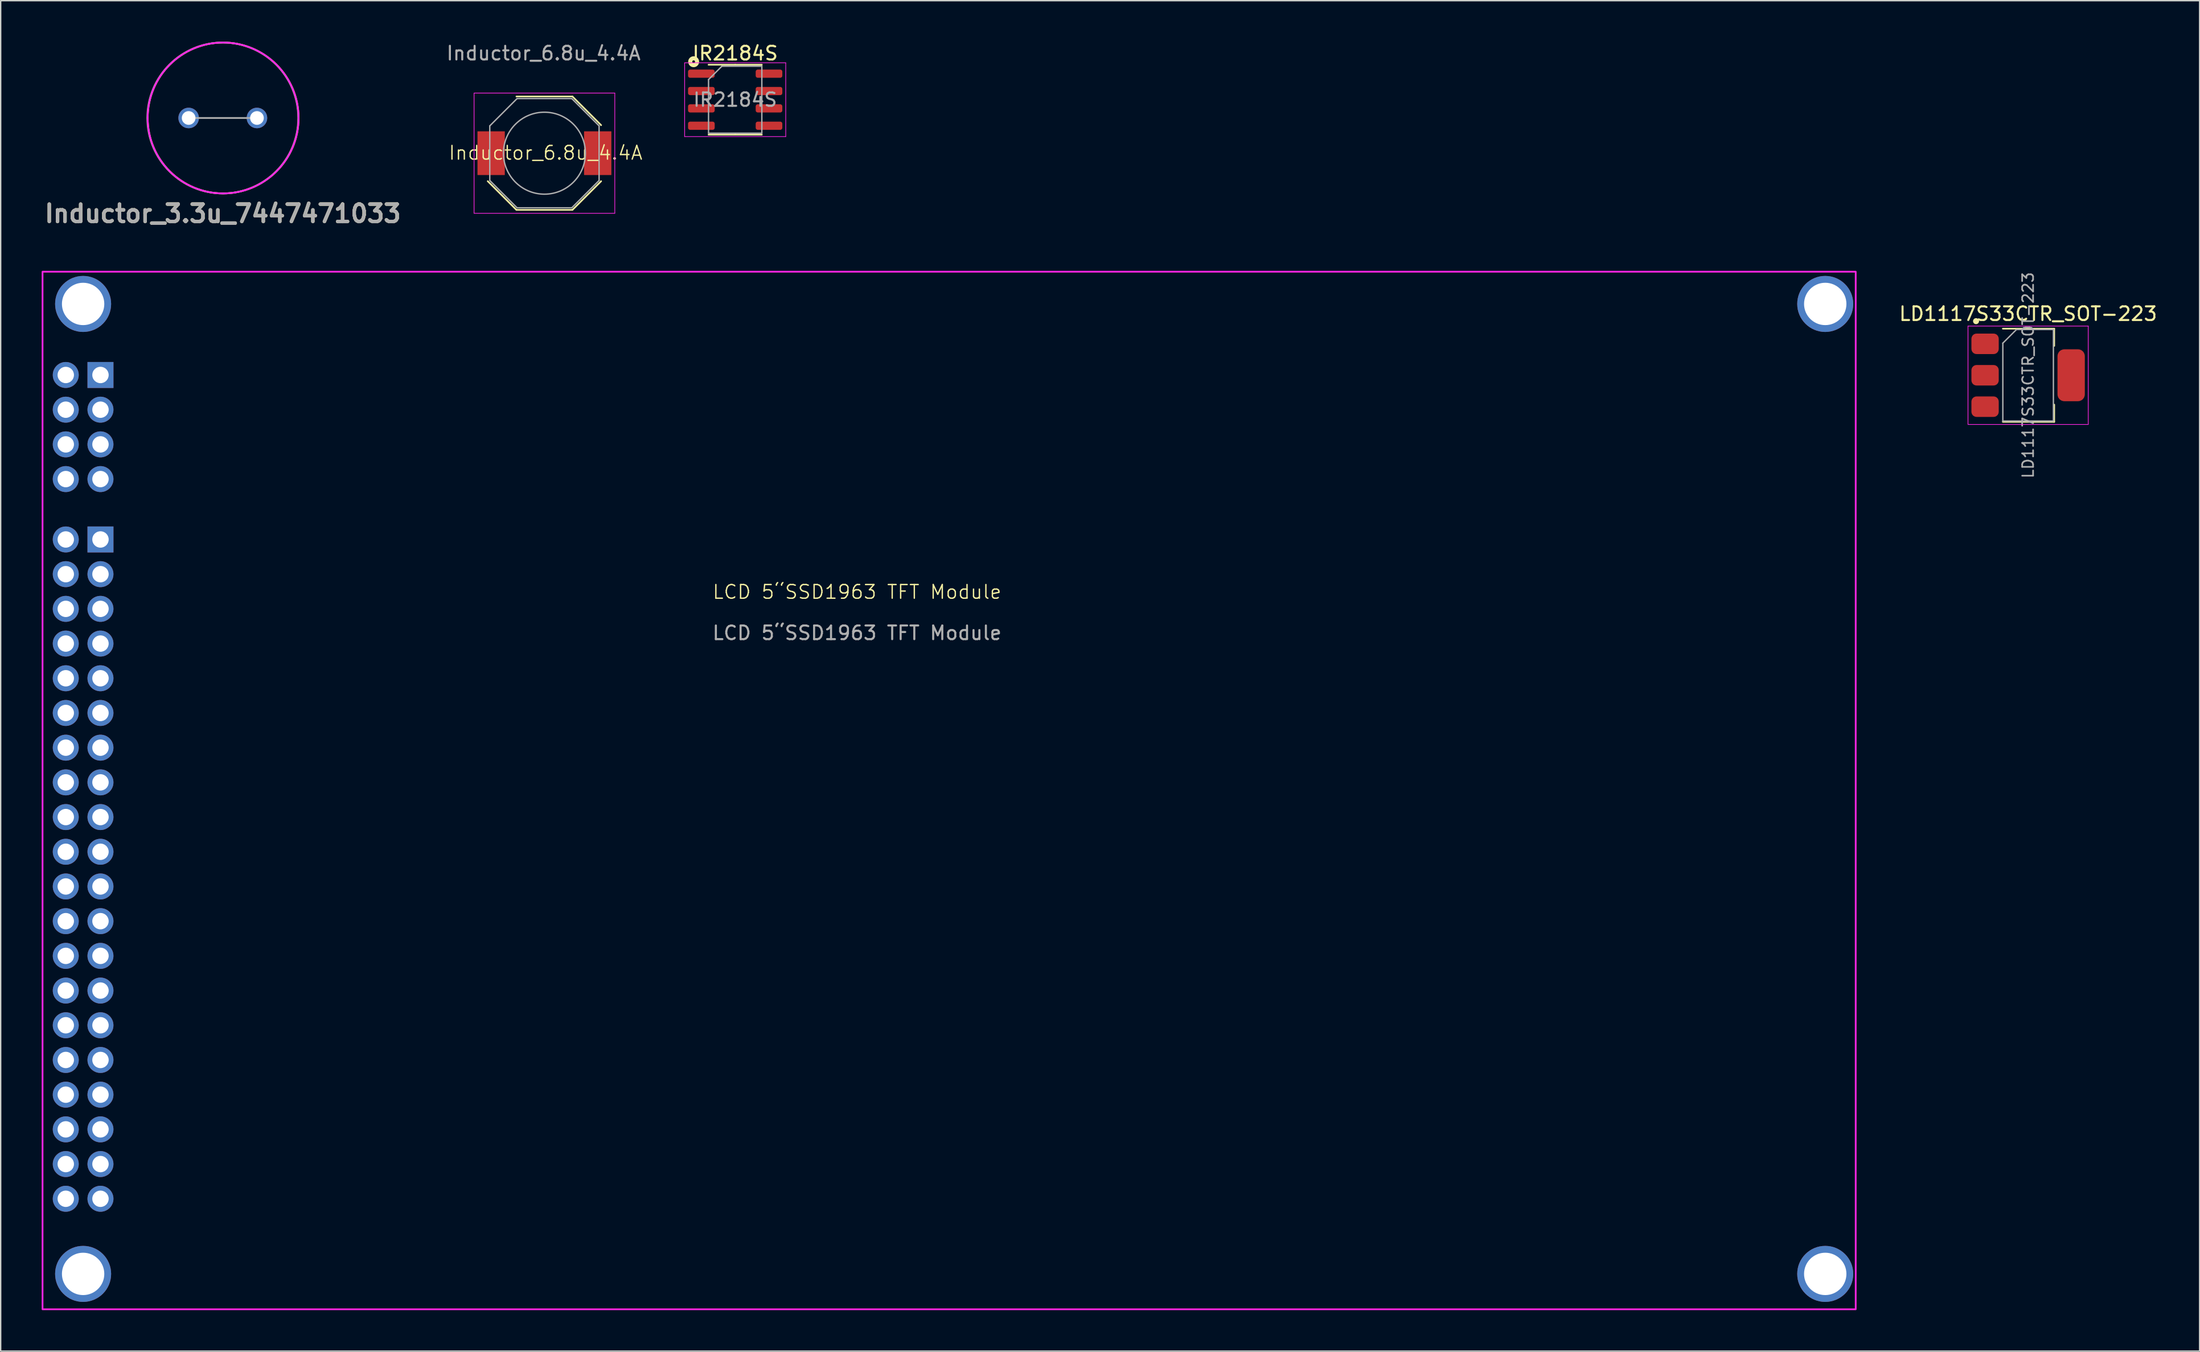
<source format=kicad_pcb>
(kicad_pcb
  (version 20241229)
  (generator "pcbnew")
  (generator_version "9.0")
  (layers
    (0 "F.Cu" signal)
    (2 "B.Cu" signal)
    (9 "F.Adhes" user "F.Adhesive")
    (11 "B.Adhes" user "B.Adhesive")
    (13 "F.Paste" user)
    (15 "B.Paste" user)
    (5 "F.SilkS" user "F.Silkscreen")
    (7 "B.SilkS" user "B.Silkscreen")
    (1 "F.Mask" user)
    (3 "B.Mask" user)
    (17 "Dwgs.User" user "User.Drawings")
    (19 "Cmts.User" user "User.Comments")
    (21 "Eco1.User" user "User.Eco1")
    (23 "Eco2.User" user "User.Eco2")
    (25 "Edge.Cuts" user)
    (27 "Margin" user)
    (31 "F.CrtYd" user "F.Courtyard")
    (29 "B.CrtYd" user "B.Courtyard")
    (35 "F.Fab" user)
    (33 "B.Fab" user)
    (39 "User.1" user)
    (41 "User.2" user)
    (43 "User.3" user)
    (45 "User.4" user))
  (footprint "Inductor_6.8u_4.4A"
    (layer "F.Cu")
    (at 36.809 8.163)
    (property "Reference" "Inductor_6.8u_4.4A" (at 0.076 -0.025 0) (unlocked yes) (layer "F.SilkS") (effects (font (size 1 1) (thickness 0.1))))
    (attr smd)
    (fp_line (start -2.064 -4.15) (end 2.036 -4.15) (stroke (width 0.12) (type solid)) (layer "F.SilkS"))
    (fp_line (start -2.064 4.15) (end -4.164 2.05) (stroke (width 0.12) (type solid)) (layer "F.SilkS"))
    (fp_line (start 2.036 -4.15) (end 4.136 -2.05) (stroke (width 0.12) (type solid)) (layer "F.SilkS"))
    (fp_line (start 2.036 4.15) (end -2.064 4.15) (stroke (width 0.12) (type solid)) (layer "F.SilkS"))
    (fp_line (start 2.036 4.15) (end 4.136 2.05) (stroke (width 0.12) (type solid)) (layer "F.SilkS"))
    (fp_line (start -5.164 -4.4) (end 5.136 -4.4) (stroke (width 0.05) (type solid)) (layer "F.CrtYd"))
    (fp_line (start -5.164 4.4) (end -5.164 -4.4) (stroke (width 0.05) (type solid)) (layer "F.CrtYd"))
    (fp_line (start 5.136 -4.4) (end 5.136 4.4) (stroke (width 0.05) (type solid)) (layer "F.CrtYd"))
    (fp_line (start 5.136 4.4) (end -5.164 4.4) (stroke (width 0.05) (type solid)) (layer "F.CrtYd"))
    (fp_line (start -4.014 -2) (end -2.014 -4) (stroke (width 0.1) (type solid)) (layer "F.Fab"))
    (fp_line (start -4.014 2) (end -4.014 -2) (stroke (width 0.1) (type solid)) (layer "F.Fab"))
    (fp_line (start -2.014 -4) (end 1.986 -4) (stroke (width 0.1) (type solid)) (layer "F.Fab"))
    (fp_line (start -2.014 4) (end -4.014 2) (stroke (width 0.1) (type solid)) (layer "F.Fab"))
    (fp_line (start 1.986 -4) (end 3.986 -2) (stroke (width 0.1) (type solid)) (layer "F.Fab"))
    (fp_line (start 1.986 4) (end -2.014 4) (stroke (width 0.1) (type solid)) (layer "F.Fab"))
    (fp_line (start 3.986 -2) (end 3.986 2) (stroke (width 0.1) (type solid)) (layer "F.Fab"))
    (fp_line (start 3.986 2) (end 1.986 4) (stroke (width 0.1) (type solid)) (layer "F.Fab"))
    (fp_circle (center -0.014 0) (end -0.014 -3) (stroke (width 0.1) (type solid)) (fill no) (layer "F.Fab"))
    (fp_text user "${REFERENCE}" (at -0.076 -7.315 0) (unlocked yes) (layer "F.Fab") (effects (font (size 1 1) (thickness 0.15))))
    (pad "1" smd rect (at -3.914 0) (size 2 3.2) (layers "F.Cu" "F.Mask" "F.Paste"))
    (pad "2" smd rect (at 3.886 0) (size 2 3.2) (layers "F.Cu" "F.Mask" "F.Paste")))
  (footprint "LD1117S33CTR_SOT-223"
    (layer "F.Cu")
    (at 145.381 24.418)
    (property "Reference" "LD1117S33CTR_SOT-223" (at 0 -4.5 0) (layer "F.SilkS") (effects (font (size 1 1) (thickness 0.15))))
    (attr smd)
    (fp_line (start -3.9 -4.06) (end -3.9 -3.86) (stroke (width 0.1) (type default)) (layer "F.SilkS"))
    (fp_line (start -3.9 -3.86) (end -3.805 -4.06) (stroke (width 0.1) (type default)) (layer "F.SilkS"))
    (fp_line (start -3.9 -3.86) (end -3.71 -3.88) (stroke (width 0.1) (type default)) (layer "F.SilkS"))
    (fp_line (start -3.805 -3.87) (end -3.805 -4.06) (stroke (width 0.1) (type default)) (layer "F.SilkS"))
    (fp_line (start -3.71 -4.06) (end -3.9 -4.06) (stroke (width 0.1) (type default)) (layer "F.SilkS"))
    (fp_line (start -3.71 -3.88) (end -3.71 -4.06) (stroke (width 0.1) (type default)) (layer "F.SilkS"))
    (fp_line (start -1.85 -3.41) (end 1.91 -3.41) (stroke (width 0.12) (type solid)) (layer "F.SilkS"))
    (fp_line (start -1.85 3.41) (end 1.91 3.41) (stroke (width 0.12) (type solid)) (layer "F.SilkS"))
    (fp_line (start 1.91 -3.41) (end 1.91 -2.15) (stroke (width 0.12) (type solid)) (layer "F.SilkS"))
    (fp_line (start 1.91 3.41) (end 1.91 2.15) (stroke (width 0.12) (type solid)) (layer "F.SilkS"))
    (fp_circle (center -3.81 -3.96) (end -3.64 -3.96) (stroke (width 0.1) (type default)) (fill no) (layer "F.SilkS"))
    (fp_line (start -4.4 -3.6) (end -4.4 3.6) (stroke (width 0.05) (type solid)) (layer "F.CrtYd"))
    (fp_line (start -4.4 3.6) (end 4.4 3.6) (stroke (width 0.05) (type solid)) (layer "F.CrtYd"))
    (fp_line (start 4.4 -3.6) (end -4.4 -3.6) (stroke (width 0.05) (type solid)) (layer "F.CrtYd"))
    (fp_line (start 4.4 3.6) (end 4.4 -3.6) (stroke (width 0.05) (type solid)) (layer "F.CrtYd"))
    (fp_line (start -1.85 -2.35) (end -1.85 3.35) (stroke (width 0.1) (type solid)) (layer "F.Fab"))
    (fp_line (start -1.85 -2.35) (end -0.85 -3.35) (stroke (width 0.1) (type solid)) (layer "F.Fab"))
    (fp_line (start -1.85 3.35) (end 1.85 3.35) (stroke (width 0.1) (type solid)) (layer "F.Fab"))
    (fp_line (start -0.85 -3.35) (end 1.85 -3.35) (stroke (width 0.1) (type solid)) (layer "F.Fab"))
    (fp_line (start 1.85 -3.35) (end 1.85 3.35) (stroke (width 0.1) (type solid)) (layer "F.Fab"))
    (fp_text user "${REFERENCE}" (at 0 0 90) (layer "F.Fab") (effects (font (size 0.8 0.8) (thickness 0.12))))
    (pad "1" smd roundrect (at -3.15 -2.3) (size 2 1.5) (layers "F.Cu" "F.Mask" "F.Paste") (roundrect_rratio 0.25))
    (pad "2" smd roundrect (at -3.15 0) (size 2 1.5) (layers "F.Cu" "F.Mask" "F.Paste") (roundrect_rratio 0.25))
    (pad "2" smd roundrect (at 3.15 0) (size 2 3.8) (layers "F.Cu" "F.Mask" "F.Paste") (roundrect_rratio 0.25))
    (pad "3" smd roundrect (at -3.15 2.3) (size 2 1.5) (layers "F.Cu" "F.Mask" "F.Paste") (roundrect_rratio 0.25)))
  (footprint "LCD 5“SSD1963 TFT Module"
    (layer "F.Cu")
    (at 59.675 43.328)
    (property "Reference" "LCD 5“SSD1963 TFT Module" (at 0 -3.048 0) (unlocked yes) (layer "F.SilkS") (effects (font (size 1 1) (thickness 0.1))))
    (attr through_hole)
    (fp_rect (start -59.612 -26.49) (end 73.088 49.46) (stroke (width 0.127) (type default)) (fill no) (layer "F.CrtYd"))
    (fp_text user "${REFERENCE}" (at 0 -0.048 0) (unlocked yes) (layer "F.Fab") (effects (font (size 1 1) (thickness 0.15))))
    (pad "" thru_hole circle (at -56.642 -24.13 180) (size 4.1 4.1) (drill 3.1) (layers "*.Cu" "*.Mask"))
    (pad "" thru_hole circle (at -56.642 46.87 180) (size 4.1 4.1) (drill 3.1) (layers "*.Cu" "*.Mask"))
    (pad "" thru_hole circle (at 70.858 -24.13 180) (size 4.1 4.1) (drill 3.1) (layers "*.Cu" "*.Mask"))
    (pad "" thru_hole circle (at 70.858 46.87 180) (size 4.1 4.1) (drill 3.1) (layers "*.Cu" "*.Mask"))
    (pad "1" thru_hole rect (at -55.372 -6.89 180) (size 1.9 1.9) (drill 1.2) (layers "*.Cu" "*.Mask"))
    (pad "1_1" thru_hole rect (at -55.372 -18.93 180) (size 1.9 1.9) (drill 1.2) (layers "*.Cu" "*.Mask"))
    (pad "2" thru_hole circle (at -57.912 -6.89 180) (size 1.9 1.9) (drill 1.2) (layers "*.Cu" "*.Mask"))
    (pad "2_1" thru_hole circle (at -57.912 -18.93 180) (size 1.9 1.9) (drill 1.2) (layers "*.Cu" "*.Mask"))
    (pad "3" thru_hole circle (at -55.372 -4.35 180) (size 1.9 1.9) (drill 1.2) (layers "*.Cu" "*.Mask"))
    (pad "3_1" thru_hole circle (at -55.372 -16.39 180) (size 1.9 1.9) (drill 1.2) (layers "*.Cu" "*.Mask"))
    (pad "4" thru_hole circle (at -57.912 -4.35 180) (size 1.9 1.9) (drill 1.2) (layers "*.Cu" "*.Mask"))
    (pad "4_1" thru_hole circle (at -57.912 -16.39 180) (size 1.9 1.9) (drill 1.2) (layers "*.Cu" "*.Mask"))
    (pad "5" thru_hole circle (at -55.372 -1.81 180) (size 1.9 1.9) (drill 1.2) (layers "*.Cu" "*.Mask"))
    (pad "5_1" thru_hole circle (at -55.372 -13.85 180) (size 1.9 1.9) (drill 1.2) (layers "*.Cu" "*.Mask"))
    (pad "6" thru_hole circle (at -57.912 -1.81 180) (size 1.9 1.9) (drill 1.2) (layers "*.Cu" "*.Mask"))
    (pad "6_1" thru_hole circle (at -57.912 -13.85 180) (size 1.9 1.9) (drill 1.2) (layers "*.Cu" "*.Mask"))
    (pad "7" thru_hole circle (at -55.372 0.73 180) (size 1.9 1.9) (drill 1.2) (layers "*.Cu" "*.Mask"))
    (pad "7_1" thru_hole circle (at -55.372 -11.31 180) (size 1.9 1.9) (drill 1.2) (layers "*.Cu" "*.Mask"))
    (pad "8" thru_hole circle (at -57.912 0.73 180) (size 1.9 1.9) (drill 1.2) (layers "*.Cu" "*.Mask"))
    (pad "8_1" thru_hole circle (at -57.912 -11.31 180) (size 1.9 1.9) (drill 1.2) (layers "*.Cu" "*.Mask"))
    (pad "9" thru_hole circle (at -55.372 3.27 180) (size 1.9 1.9) (drill 1.2) (layers "*.Cu" "*.Mask"))
    (pad "10" thru_hole circle (at -57.912 3.27 180) (size 1.9 1.9) (drill 1.2) (layers "*.Cu" "*.Mask"))
    (pad "11" thru_hole circle (at -55.372 5.81 180) (size 1.9 1.9) (drill 1.2) (layers "*.Cu" "*.Mask"))
    (pad "12" thru_hole circle (at -57.912 5.81 180) (size 1.9 1.9) (drill 1.2) (layers "*.Cu" "*.Mask"))
    (pad "13" thru_hole circle (at -55.372 8.35 180) (size 1.9 1.9) (drill 1.2) (layers "*.Cu" "*.Mask"))
    (pad "14" thru_hole circle (at -57.912 8.35 180) (size 1.9 1.9) (drill 1.2) (layers "*.Cu" "*.Mask"))
    (pad "15" thru_hole circle (at -55.372 10.89 180) (size 1.9 1.9) (drill 1.2) (layers "*.Cu" "*.Mask"))
    (pad "16" thru_hole circle (at -57.912 10.89 180) (size 1.9 1.9) (drill 1.2) (layers "*.Cu" "*.Mask"))
    (pad "17" thru_hole circle (at -55.372 13.43 180) (size 1.9 1.9) (drill 1.2) (layers "*.Cu" "*.Mask"))
    (pad "18" thru_hole circle (at -57.912 13.43 180) (size 1.9 1.9) (drill 1.2) (layers "*.Cu" "*.Mask"))
    (pad "19" thru_hole circle (at -55.372 15.97 180) (size 1.9 1.9) (drill 1.2) (layers "*.Cu" "*.Mask"))
    (pad "20" thru_hole circle (at -57.912 15.97 180) (size 1.9 1.9) (drill 1.2) (layers "*.Cu" "*.Mask"))
    (pad "21" thru_hole circle (at -55.372 18.51 180) (size 1.9 1.9) (drill 1.2) (layers "*.Cu" "*.Mask"))
    (pad "22" thru_hole circle (at -57.912 18.51 180) (size 1.9 1.9) (drill 1.2) (layers "*.Cu" "*.Mask"))
    (pad "23" thru_hole circle (at -55.372 21.05 180) (size 1.9 1.9) (drill 1.2) (layers "*.Cu" "*.Mask"))
    (pad "24" thru_hole circle (at -57.912 21.05 180) (size 1.9 1.9) (drill 1.2) (layers "*.Cu" "*.Mask"))
    (pad "25" thru_hole circle (at -55.372 23.59 180) (size 1.9 1.9) (drill 1.2) (layers "*.Cu" "*.Mask"))
    (pad "26" thru_hole circle (at -57.912 23.59 180) (size 1.9 1.9) (drill 1.2) (layers "*.Cu" "*.Mask"))
    (pad "27" thru_hole circle (at -55.372 26.13 180) (size 1.9 1.9) (drill 1.2) (layers "*.Cu" "*.Mask"))
    (pad "28" thru_hole circle (at -57.912 26.13 180) (size 1.9 1.9) (drill 1.2) (layers "*.Cu" "*.Mask"))
    (pad "29" thru_hole circle (at -55.372 28.67 180) (size 1.9 1.9) (drill 1.2) (layers "*.Cu" "*.Mask"))
    (pad "30" thru_hole circle (at -57.912 28.67 180) (size 1.9 1.9) (drill 1.2) (layers "*.Cu" "*.Mask"))
    (pad "31" thru_hole circle (at -55.372 31.21 180) (size 1.9 1.9) (drill 1.2) (layers "*.Cu" "*.Mask"))
    (pad "32" thru_hole circle (at -57.912 31.21 180) (size 1.9 1.9) (drill 1.2) (layers "*.Cu" "*.Mask"))
    (pad "33" thru_hole circle (at -55.372 33.75 180) (size 1.9 1.9) (drill 1.2) (layers "*.Cu" "*.Mask"))
    (pad "34" thru_hole circle (at -57.912 33.75 180) (size 1.9 1.9) (drill 1.2) (layers "*.Cu" "*.Mask"))
    (pad "35" thru_hole circle (at -55.372 36.29 180) (size 1.9 1.9) (drill 1.2) (layers "*.Cu" "*.Mask"))
    (pad "36" thru_hole circle (at -57.912 36.29 180) (size 1.9 1.9) (drill 1.2) (layers "*.Cu" "*.Mask"))
    (pad "37" thru_hole circle (at -55.372 38.83 180) (size 1.9 1.9) (drill 1.2) (layers "*.Cu" "*.Mask"))
    (pad "38" thru_hole circle (at -57.912 38.83 180) (size 1.9 1.9) (drill 1.2) (layers "*.Cu" "*.Mask"))
    (pad "39" thru_hole circle (at -55.372 41.37 180) (size 1.9 1.9) (drill 1.2) (layers "*.Cu" "*.Mask"))
    (pad "40" thru_hole circle (at -57.912 41.37 180) (size 1.9 1.9) (drill 1.2) (layers "*.Cu" "*.Mask")))
  (footprint "Inductor_3.3u_7447471033"
    (layer "F.Cu")
    (at 13.256 5.586)
    (property "Reference" "Inductor_3.3u_7447471033" (at 0 7 0) (layer "F.SilkS") (effects (font (size 1.27 1.27) (thickness 0.254))))
    (attr through_hole)
    (fp_circle (center 0.023 0) (end 5.545 0) (stroke (width 0.127) (type solid)) (fill no) (layer "F.SilkS"))
    (fp_circle (center 0.023 0) (end 5.545 0) (stroke (width 0.127) (type solid)) (fill no) (layer "F.CrtYd"))
    (fp_line (start -2.5 0) (end 2.5 0) (stroke (width 0.127) (type solid)) (layer "F.Fab"))
    (fp_circle (center 0 0) (end 0 5.523) (stroke (width 0.127) (type solid)) (fill no) (layer "F.Fab"))
    (fp_text user "${REFERENCE}" (at 0 7 0) (layer "F.Fab") (effects (font (size 1.27 1.27) (thickness 0.254))))
    (pad "1" thru_hole circle (at -2.5 0) (size 1.5 1.5) (drill 1) (layers "*.Cu" "*.Mask"))
    (pad "2" thru_hole circle (at 2.5 0) (size 1.5 1.5) (drill 1) (layers "*.Cu" "*.Mask")))
  (footprint "IR2184S"
    (layer "F.Cu")
    (at 50.756 4.248)
    (property "Reference" "IR2184S" (at 0 -3.4 0) (layer "F.SilkS") (effects (font (size 1 1) (thickness 0.15))))
    (attr smd)
    (fp_line (start 0 -2.56) (end -1.95 -2.56) (stroke (width 0.12) (type solid)) (layer "F.SilkS"))
    (fp_line (start 0 -2.56) (end 1.95 -2.56) (stroke (width 0.12) (type solid)) (layer "F.SilkS"))
    (fp_line (start 0 2.56) (end -1.95 2.56) (stroke (width 0.12) (type solid)) (layer "F.SilkS"))
    (fp_line (start 0 2.56) (end 1.95 2.56) (stroke (width 0.12) (type solid)) (layer "F.SilkS"))
    (fp_circle (center -3.04 -2.78) (end -2.94 -2.78) (stroke (width 0.3) (type default)) (fill no) (layer "F.SilkS"))
    (fp_line (start -3.7 -2.7) (end -3.7 2.7) (stroke (width 0.05) (type solid)) (layer "F.CrtYd"))
    (fp_line (start -3.7 2.7) (end 3.7 2.7) (stroke (width 0.05) (type solid)) (layer "F.CrtYd"))
    (fp_line (start 3.7 -2.7) (end -3.7 -2.7) (stroke (width 0.05) (type solid)) (layer "F.CrtYd"))
    (fp_line (start 3.7 2.7) (end 3.7 -2.7) (stroke (width 0.05) (type solid)) (layer "F.CrtYd"))
    (fp_line (start -1.95 -1.475) (end -0.975 -2.45) (stroke (width 0.1) (type solid)) (layer "F.Fab"))
    (fp_line (start -1.95 2.45) (end -1.95 -1.475) (stroke (width 0.1) (type solid)) (layer "F.Fab"))
    (fp_line (start -0.975 -2.45) (end 1.95 -2.45) (stroke (width 0.1) (type solid)) (layer "F.Fab"))
    (fp_line (start 1.95 -2.45) (end 1.95 2.45) (stroke (width 0.1) (type solid)) (layer "F.Fab"))
    (fp_line (start 1.95 2.45) (end -1.95 2.45) (stroke (width 0.1) (type solid)) (layer "F.Fab"))
    (fp_text user "${REFERENCE}" (at 0 0 0) (layer "F.Fab") (effects (font (size 0.98 0.98) (thickness 0.15))))
    (pad "1" smd roundrect (at -2.475 -1.905) (size 1.95 0.6) (layers "F.Cu" "F.Mask" "F.Paste") (roundrect_rratio 0.25))
    (pad "2" smd roundrect (at -2.475 -0.635) (size 1.95 0.6) (layers "F.Cu" "F.Mask" "F.Paste") (roundrect_rratio 0.25))
    (pad "3" smd roundrect (at -2.475 0.635) (size 1.95 0.6) (layers "F.Cu" "F.Mask" "F.Paste") (roundrect_rratio 0.25))
    (pad "4" smd roundrect (at -2.475 1.905) (size 1.95 0.6) (layers "F.Cu" "F.Mask" "F.Paste") (roundrect_rratio 0.25))
    (pad "5" smd roundrect (at 2.475 1.905) (size 1.95 0.6) (layers "F.Cu" "F.Mask" "F.Paste") (roundrect_rratio 0.25))
    (pad "6" smd roundrect (at 2.475 0.635) (size 1.95 0.6) (layers "F.Cu" "F.Mask" "F.Paste") (roundrect_rratio 0.25))
    (pad "7" smd roundrect (at 2.475 -0.635) (size 1.95 0.6) (layers "F.Cu" "F.Mask" "F.Paste") (roundrect_rratio 0.25))
    (pad "8" smd roundrect (at 2.475 -1.905) (size 1.95 0.6) (layers "F.Cu" "F.Mask" "F.Paste") (roundrect_rratio 0.25)))
  (gr_rect
    (start -3 -3)
    (end 157.934 95.852)
    (stroke (width 0.1) (type default))
    (fill no)
    (layer "Edge.Cuts")))
</source>
